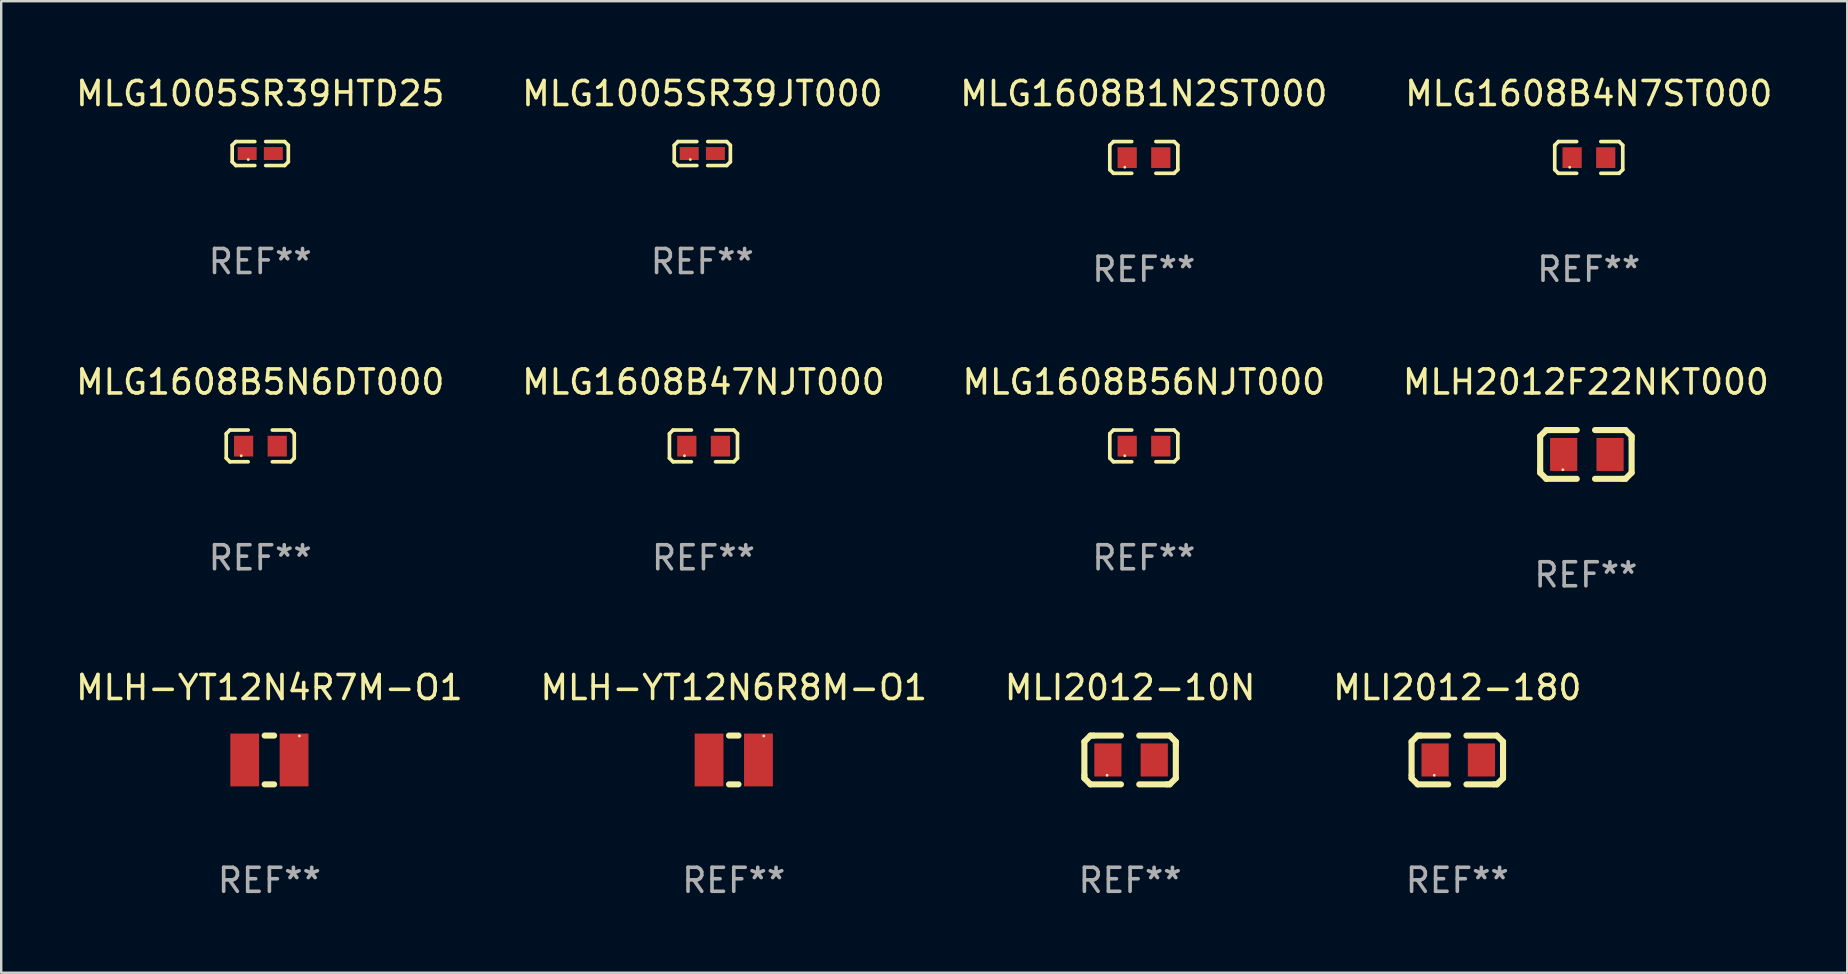
<source format=kicad_pcb>
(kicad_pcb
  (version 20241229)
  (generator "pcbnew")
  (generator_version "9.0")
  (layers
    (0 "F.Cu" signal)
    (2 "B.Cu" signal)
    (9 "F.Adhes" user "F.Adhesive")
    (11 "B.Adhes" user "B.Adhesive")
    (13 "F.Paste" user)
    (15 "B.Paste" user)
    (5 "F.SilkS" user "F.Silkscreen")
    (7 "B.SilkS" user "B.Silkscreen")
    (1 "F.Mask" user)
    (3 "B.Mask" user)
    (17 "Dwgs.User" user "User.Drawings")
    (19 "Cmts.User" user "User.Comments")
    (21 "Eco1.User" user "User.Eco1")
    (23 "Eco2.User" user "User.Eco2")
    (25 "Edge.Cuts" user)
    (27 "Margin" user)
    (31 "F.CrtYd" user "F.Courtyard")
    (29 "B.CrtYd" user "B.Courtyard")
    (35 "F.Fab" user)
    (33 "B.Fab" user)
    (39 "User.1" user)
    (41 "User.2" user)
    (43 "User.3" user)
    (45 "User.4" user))
  (footprint "MLG1608B1N2ST000"
    (layer "F.Cu")
    (at 44.601 3.509)
    (property "Reference" "MLG1608B1N2ST000" (at 0 -2.661 0) (layer "F.SilkS") (effects (font (size 1 1) (thickness 0.15))))
    (attr through_hole)
    (fp_line (start -1.417 -0.508) (end -1.265 -0.661) (stroke (width 0.152) (type solid)) (layer "F.SilkS"))
    (fp_line (start -1.417 0.508) (end -1.417 -0.508) (stroke (width 0.152) (type solid)) (layer "F.SilkS"))
    (fp_line (start -1.265 -0.661) (end -0.503 -0.661) (stroke (width 0.152) (type solid)) (layer "F.SilkS"))
    (fp_line (start -1.265 0.661) (end -1.417 0.508) (stroke (width 0.152) (type solid)) (layer "F.SilkS"))
    (fp_line (start -1.265 0.661) (end -0.503 0.661) (stroke (width 0.152) (type solid)) (layer "F.SilkS"))
    (fp_line (start 1.265 -0.661) (end 0.503 -0.661) (stroke (width 0.152) (type solid)) (layer "F.SilkS"))
    (fp_line (start 1.265 -0.661) (end 1.417 -0.508) (stroke (width 0.152) (type solid)) (layer "F.SilkS"))
    (fp_line (start 1.265 0.661) (end 0.503 0.661) (stroke (width 0.152) (type solid)) (layer "F.SilkS"))
    (fp_line (start 1.417 -0.508) (end 1.417 0.508) (stroke (width 0.152) (type solid)) (layer "F.SilkS"))
    (fp_line (start 1.417 0.508) (end 1.265 0.661) (stroke (width 0.152) (type solid)) (layer "F.SilkS"))
    (fp_circle (center -0.793 0.409) (end -0.763 0.409) (stroke (width 0.06) (type solid)) (fill no) (layer "F.SilkS"))
    (fp_text user "REF**" (at 0 4.661 0) (layer "F.Fab") (effects (font (size 1 1) (thickness 0.15))))
    (pad "1" smd rect (at -0.693 0.009 180) (size 0.8 0.864) (layers "F.Cu" "F.Mask" "F.Paste"))
    (pad "2" smd rect (at 0.707 0.009 180) (size 0.8 0.864) (layers "F.Cu" "F.Mask" "F.Paste")))
  (footprint "MLG1005SR39HTD25"
    (layer "F.Cu")
    (at 7.792 3.347)
    (property "Reference" "MLG1005SR39HTD25" (at 0 -2.499 0) (layer "F.SilkS") (effects (font (size 1 1) (thickness 0.15))))
    (attr through_hole)
    (fp_line (start -1.169 -0.346) (end -1.016 -0.499) (stroke (width 0.152) (type solid)) (layer "F.SilkS"))
    (fp_line (start -1.169 0.346) (end -1.169 -0.346) (stroke (width 0.152) (type solid)) (layer "F.SilkS"))
    (fp_line (start -1.016 -0.499) (end -0.226 -0.499) (stroke (width 0.152) (type solid)) (layer "F.SilkS"))
    (fp_line (start -1.016 0.499) (end -1.169 0.346) (stroke (width 0.152) (type solid)) (layer "F.SilkS"))
    (fp_line (start -0.226 0.499) (end -1.016 0.499) (stroke (width 0.152) (type solid)) (layer "F.SilkS"))
    (fp_line (start 0.226 0.499) (end 1.016 0.499) (stroke (width 0.152) (type solid)) (layer "F.SilkS"))
    (fp_line (start 1.016 -0.499) (end 0.226 -0.499) (stroke (width 0.152) (type solid)) (layer "F.SilkS"))
    (fp_line (start 1.016 0.499) (end 1.169 0.346) (stroke (width 0.152) (type solid)) (layer "F.SilkS"))
    (fp_line (start 1.169 -0.346) (end 1.016 -0.499) (stroke (width 0.152) (type solid)) (layer "F.SilkS"))
    (fp_line (start 1.169 0.346) (end 1.169 -0.346) (stroke (width 0.152) (type solid)) (layer "F.SilkS"))
    (fp_circle (center -0.5 0.25) (end -0.47 0.25) (stroke (width 0.06) (type solid)) (fill no) (layer "F.SilkS"))
    (fp_text user "REF**" (at 0 4.499 0) (layer "F.Fab") (effects (font (size 1 1) (thickness 0.15))))
    (pad "1" smd rect (at -0.545 0) (size 0.79 0.54) (layers "F.Cu" "F.Mask" "F.Paste"))
    (pad "2" smd rect (at 0.545 0) (size 0.79 0.54) (layers "F.Cu" "F.Mask" "F.Paste")))
  (footprint "MLI2012-180"
    (layer "F.Cu")
    (at 57.661 28.61)
    (property "Reference" "MLI2012-180" (at 0 -3.016 0) (layer "F.SilkS") (effects (font (size 1 1) (thickness 0.15))))
    (attr through_hole)
    (fp_line (start -1.905 -0.762) (end -1.905 0.635) (stroke (width 0.254) (type solid)) (layer "F.SilkS"))
    (fp_line (start -1.905 0.635) (end -1.905 0.762) (stroke (width 0.254) (type solid)) (layer "F.SilkS"))
    (fp_line (start -1.905 0.762) (end -1.651 1.016) (stroke (width 0.254) (type solid)) (layer "F.SilkS"))
    (fp_line (start -1.651 -1.016) (end -1.905 -0.762) (stroke (width 0.254) (type solid)) (layer "F.SilkS"))
    (fp_line (start -1.651 1.016) (end -0.381 1.016) (stroke (width 0.254) (type solid)) (layer "F.SilkS"))
    (fp_line (start -1.524 -1.016) (end -1.651 -1.016) (stroke (width 0.254) (type solid)) (layer "F.SilkS"))
    (fp_line (start -0.381 -1.016) (end -1.524 -1.016) (stroke (width 0.254) (type solid)) (layer "F.SilkS"))
    (fp_line (start 0.381 1.016) (end 1.524 1.016) (stroke (width 0.254) (type solid)) (layer "F.SilkS"))
    (fp_line (start 1.524 1.016) (end 1.651 1.016) (stroke (width 0.254) (type solid)) (layer "F.SilkS"))
    (fp_line (start 1.651 -1.016) (end 0.381 -1.016) (stroke (width 0.254) (type solid)) (layer "F.SilkS"))
    (fp_line (start 1.651 1.016) (end 1.905 0.762) (stroke (width 0.254) (type solid)) (layer "F.SilkS"))
    (fp_line (start 1.905 -0.762) (end 1.651 -1.016) (stroke (width 0.254) (type solid)) (layer "F.SilkS"))
    (fp_line (start 1.905 -0.635) (end 1.905 -0.762) (stroke (width 0.254) (type solid)) (layer "F.SilkS"))
    (fp_line (start 1.905 0.762) (end 1.905 -0.635) (stroke (width 0.254) (type solid)) (layer "F.SilkS"))
    (fp_circle (center -0.96 0.637) (end -0.93 0.637) (stroke (width 0.06) (type solid)) (fill no) (layer "F.SilkS"))
    (fp_text user "REF**" (at 0 5.016 0) (layer "F.Fab") (effects (font (size 1 1) (thickness 0.15))))
    (pad "1" smd rect (at -0.926 -0.000051) (size 1.133 1.377) (layers "F.Cu" "F.Mask" "F.Paste"))
    (pad "2" smd rect (at 1.006 -0.000051) (size 1.133 1.377) (layers "F.Cu" "F.Mask" "F.Paste")))
  (footprint "MLG1608B56NJT000"
    (layer "F.Cu")
    (at 44.601 15.527)
    (property "Reference" "MLG1608B56NJT000" (at 0 -2.661 0) (layer "F.SilkS") (effects (font (size 1 1) (thickness 0.15))))
    (attr through_hole)
    (fp_line (start -1.417 -0.508) (end -1.265 -0.661) (stroke (width 0.152) (type solid)) (layer "F.SilkS"))
    (fp_line (start -1.417 0.508) (end -1.417 -0.508) (stroke (width 0.152) (type solid)) (layer "F.SilkS"))
    (fp_line (start -1.265 -0.661) (end -0.503 -0.661) (stroke (width 0.152) (type solid)) (layer "F.SilkS"))
    (fp_line (start -1.265 0.661) (end -1.417 0.508) (stroke (width 0.152) (type solid)) (layer "F.SilkS"))
    (fp_line (start -1.265 0.661) (end -0.503 0.661) (stroke (width 0.152) (type solid)) (layer "F.SilkS"))
    (fp_line (start 1.265 -0.661) (end 0.503 -0.661) (stroke (width 0.152) (type solid)) (layer "F.SilkS"))
    (fp_line (start 1.265 -0.661) (end 1.417 -0.508) (stroke (width 0.152) (type solid)) (layer "F.SilkS"))
    (fp_line (start 1.265 0.661) (end 0.503 0.661) (stroke (width 0.152) (type solid)) (layer "F.SilkS"))
    (fp_line (start 1.417 -0.508) (end 1.417 0.508) (stroke (width 0.152) (type solid)) (layer "F.SilkS"))
    (fp_line (start 1.417 0.508) (end 1.265 0.661) (stroke (width 0.152) (type solid)) (layer "F.SilkS"))
    (fp_circle (center -0.793 0.409) (end -0.763 0.409) (stroke (width 0.06) (type solid)) (fill no) (layer "F.SilkS"))
    (fp_text user "REF**" (at 0 4.661 0) (layer "F.Fab") (effects (font (size 1 1) (thickness 0.15))))
    (pad "1" smd rect (at -0.693 0.009 180) (size 0.8 0.864) (layers "F.Cu" "F.Mask" "F.Paste"))
    (pad "2" smd rect (at 0.707 0.009 180) (size 0.8 0.864) (layers "F.Cu" "F.Mask" "F.Paste")))
  (footprint "MLG1608B47NJT000"
    (layer "F.Cu")
    (at 26.256 15.527)
    (property "Reference" "MLG1608B47NJT000" (at 0 -2.661 0) (layer "F.SilkS") (effects (font (size 1 1) (thickness 0.15))))
    (attr through_hole)
    (fp_line (start -1.417 -0.508) (end -1.265 -0.661) (stroke (width 0.152) (type solid)) (layer "F.SilkS"))
    (fp_line (start -1.417 0.508) (end -1.417 -0.508) (stroke (width 0.152) (type solid)) (layer "F.SilkS"))
    (fp_line (start -1.265 -0.661) (end -0.503 -0.661) (stroke (width 0.152) (type solid)) (layer "F.SilkS"))
    (fp_line (start -1.265 0.661) (end -1.417 0.508) (stroke (width 0.152) (type solid)) (layer "F.SilkS"))
    (fp_line (start -1.265 0.661) (end -0.503 0.661) (stroke (width 0.152) (type solid)) (layer "F.SilkS"))
    (fp_line (start 1.265 -0.661) (end 0.503 -0.661) (stroke (width 0.152) (type solid)) (layer "F.SilkS"))
    (fp_line (start 1.265 -0.661) (end 1.417 -0.508) (stroke (width 0.152) (type solid)) (layer "F.SilkS"))
    (fp_line (start 1.265 0.661) (end 0.503 0.661) (stroke (width 0.152) (type solid)) (layer "F.SilkS"))
    (fp_line (start 1.417 -0.508) (end 1.417 0.508) (stroke (width 0.152) (type solid)) (layer "F.SilkS"))
    (fp_line (start 1.417 0.508) (end 1.265 0.661) (stroke (width 0.152) (type solid)) (layer "F.SilkS"))
    (fp_circle (center -0.793 0.409) (end -0.763 0.409) (stroke (width 0.06) (type solid)) (fill no) (layer "F.SilkS"))
    (fp_text user "REF**" (at 0 4.661 0) (layer "F.Fab") (effects (font (size 1 1) (thickness 0.15))))
    (pad "1" smd rect (at -0.693 0.009 180) (size 0.8 0.864) (layers "F.Cu" "F.Mask" "F.Paste"))
    (pad "2" smd rect (at 0.707 0.009 180) (size 0.8 0.864) (layers "F.Cu" "F.Mask" "F.Paste")))
  (footprint "MLG1608B5N6DT000"
    (layer "F.Cu")
    (at 7.792 15.527)
    (property "Reference" "MLG1608B5N6DT000" (at 0 -2.661 0) (layer "F.SilkS") (effects (font (size 1 1) (thickness 0.15))))
    (attr through_hole)
    (fp_line (start -1.417 -0.508) (end -1.265 -0.661) (stroke (width 0.152) (type solid)) (layer "F.SilkS"))
    (fp_line (start -1.417 0.508) (end -1.417 -0.508) (stroke (width 0.152) (type solid)) (layer "F.SilkS"))
    (fp_line (start -1.265 -0.661) (end -0.503 -0.661) (stroke (width 0.152) (type solid)) (layer "F.SilkS"))
    (fp_line (start -1.265 0.661) (end -1.417 0.508) (stroke (width 0.152) (type solid)) (layer "F.SilkS"))
    (fp_line (start -1.265 0.661) (end -0.503 0.661) (stroke (width 0.152) (type solid)) (layer "F.SilkS"))
    (fp_line (start 1.265 -0.661) (end 0.503 -0.661) (stroke (width 0.152) (type solid)) (layer "F.SilkS"))
    (fp_line (start 1.265 -0.661) (end 1.417 -0.508) (stroke (width 0.152) (type solid)) (layer "F.SilkS"))
    (fp_line (start 1.265 0.661) (end 0.503 0.661) (stroke (width 0.152) (type solid)) (layer "F.SilkS"))
    (fp_line (start 1.417 -0.508) (end 1.417 0.508) (stroke (width 0.152) (type solid)) (layer "F.SilkS"))
    (fp_line (start 1.417 0.508) (end 1.265 0.661) (stroke (width 0.152) (type solid)) (layer "F.SilkS"))
    (fp_circle (center -0.793 0.409) (end -0.763 0.409) (stroke (width 0.06) (type solid)) (fill no) (layer "F.SilkS"))
    (fp_text user "REF**" (at 0 4.661 0) (layer "F.Fab") (effects (font (size 1 1) (thickness 0.15))))
    (pad "1" smd rect (at -0.693 0.009 180) (size 0.8 0.864) (layers "F.Cu" "F.Mask" "F.Paste"))
    (pad "2" smd rect (at 0.707 0.009 180) (size 0.8 0.864) (layers "F.Cu" "F.Mask" "F.Paste")))
  (footprint "MLI2012-10N"
    (layer "F.Cu")
    (at 44.03 28.61)
    (property "Reference" "MLI2012-10N" (at 0 -3.016 0) (layer "F.SilkS") (effects (font (size 1 1) (thickness 0.15))))
    (attr through_hole)
    (fp_line (start -1.905 -0.762) (end -1.905 0.635) (stroke (width 0.254) (type solid)) (layer "F.SilkS"))
    (fp_line (start -1.905 0.635) (end -1.905 0.762) (stroke (width 0.254) (type solid)) (layer "F.SilkS"))
    (fp_line (start -1.905 0.762) (end -1.651 1.016) (stroke (width 0.254) (type solid)) (layer "F.SilkS"))
    (fp_line (start -1.651 -1.016) (end -1.905 -0.762) (stroke (width 0.254) (type solid)) (layer "F.SilkS"))
    (fp_line (start -1.651 1.016) (end -0.381 1.016) (stroke (width 0.254) (type solid)) (layer "F.SilkS"))
    (fp_line (start -1.524 -1.016) (end -1.651 -1.016) (stroke (width 0.254) (type solid)) (layer "F.SilkS"))
    (fp_line (start -0.381 -1.016) (end -1.524 -1.016) (stroke (width 0.254) (type solid)) (layer "F.SilkS"))
    (fp_line (start 0.381 1.016) (end 1.524 1.016) (stroke (width 0.254) (type solid)) (layer "F.SilkS"))
    (fp_line (start 1.524 1.016) (end 1.651 1.016) (stroke (width 0.254) (type solid)) (layer "F.SilkS"))
    (fp_line (start 1.651 -1.016) (end 0.381 -1.016) (stroke (width 0.254) (type solid)) (layer "F.SilkS"))
    (fp_line (start 1.651 1.016) (end 1.905 0.762) (stroke (width 0.254) (type solid)) (layer "F.SilkS"))
    (fp_line (start 1.905 -0.762) (end 1.651 -1.016) (stroke (width 0.254) (type solid)) (layer "F.SilkS"))
    (fp_line (start 1.905 -0.635) (end 1.905 -0.762) (stroke (width 0.254) (type solid)) (layer "F.SilkS"))
    (fp_line (start 1.905 0.762) (end 1.905 -0.635) (stroke (width 0.254) (type solid)) (layer "F.SilkS"))
    (fp_circle (center -0.96 0.637) (end -0.93 0.637) (stroke (width 0.06) (type solid)) (fill no) (layer "F.SilkS"))
    (fp_text user "REF**" (at 0 5.016 0) (layer "F.Fab") (effects (font (size 1 1) (thickness 0.15))))
    (pad "1" smd rect (at -0.926 -0.000051) (size 1.133 1.377) (layers "F.Cu" "F.Mask" "F.Paste"))
    (pad "2" smd rect (at 1.006 -0.000051) (size 1.133 1.377) (layers "F.Cu" "F.Mask" "F.Paste")))
  (footprint "MLG1608B4N7ST000"
    (layer "F.Cu")
    (at 63.137 3.509)
    (property "Reference" "MLG1608B4N7ST000" (at 0 -2.661 0) (layer "F.SilkS") (effects (font (size 1 1) (thickness 0.15))))
    (attr through_hole)
    (fp_line (start -1.417 -0.508) (end -1.265 -0.661) (stroke (width 0.152) (type solid)) (layer "F.SilkS"))
    (fp_line (start -1.417 0.508) (end -1.417 -0.508) (stroke (width 0.152) (type solid)) (layer "F.SilkS"))
    (fp_line (start -1.265 -0.661) (end -0.503 -0.661) (stroke (width 0.152) (type solid)) (layer "F.SilkS"))
    (fp_line (start -1.265 0.661) (end -1.417 0.508) (stroke (width 0.152) (type solid)) (layer "F.SilkS"))
    (fp_line (start -1.265 0.661) (end -0.503 0.661) (stroke (width 0.152) (type solid)) (layer "F.SilkS"))
    (fp_line (start 1.265 -0.661) (end 0.503 -0.661) (stroke (width 0.152) (type solid)) (layer "F.SilkS"))
    (fp_line (start 1.265 -0.661) (end 1.417 -0.508) (stroke (width 0.152) (type solid)) (layer "F.SilkS"))
    (fp_line (start 1.265 0.661) (end 0.503 0.661) (stroke (width 0.152) (type solid)) (layer "F.SilkS"))
    (fp_line (start 1.417 -0.508) (end 1.417 0.508) (stroke (width 0.152) (type solid)) (layer "F.SilkS"))
    (fp_line (start 1.417 0.508) (end 1.265 0.661) (stroke (width 0.152) (type solid)) (layer "F.SilkS"))
    (fp_circle (center -0.793 0.409) (end -0.763 0.409) (stroke (width 0.06) (type solid)) (fill no) (layer "F.SilkS"))
    (fp_text user "REF**" (at 0 4.661 0) (layer "F.Fab") (effects (font (size 1 1) (thickness 0.15))))
    (pad "1" smd rect (at -0.693 0.009 180) (size 0.8 0.864) (layers "F.Cu" "F.Mask" "F.Paste"))
    (pad "2" smd rect (at 0.707 0.009 180) (size 0.8 0.864) (layers "F.Cu" "F.Mask" "F.Paste")))
  (footprint "MLH-YT12N6R8M-O1"
    (layer "F.Cu")
    (at 27.518 28.61)
    (property "Reference" "MLH-YT12N6R8M-O1" (at 0 -3.016 0) (layer "F.SilkS") (effects (font (size 1 1) (thickness 0.15))))
    (attr through_hole)
    (fp_line (start -0.197 1.016) (end 0.197 1.016) (stroke (width 0.254) (type solid)) (layer "F.SilkS"))
    (fp_line (start 0.197 -1.016) (end -0.197 -1.016) (stroke (width 0.254) (type solid)) (layer "F.SilkS"))
    (fp_circle (center 1.25 -1) (end 1.28 -1) (stroke (width 0.06) (type solid)) (fill no) (layer "F.SilkS"))
    (fp_text user "REF**" (at 0 5.016 0) (layer "F.Fab") (effects (font (size 1 1) (thickness 0.15))))
    (pad "1" smd rect (at 1.028 0) (size 1.2 2.2) (layers "F.Cu" "F.Mask" "F.Paste"))
    (pad "2" smd rect (at -1.028 0) (size 1.2 2.2) (layers "F.Cu" "F.Mask" "F.Paste")))
  (footprint "MLG1005SR39JT000"
    (layer "F.Cu")
    (at 26.208 3.347)
    (property "Reference" "MLG1005SR39JT000" (at 0 -2.499 0) (layer "F.SilkS") (effects (font (size 1 1) (thickness 0.15))))
    (attr through_hole)
    (fp_line (start -1.169 -0.346) (end -1.016 -0.499) (stroke (width 0.152) (type solid)) (layer "F.SilkS"))
    (fp_line (start -1.169 0.346) (end -1.169 -0.346) (stroke (width 0.152) (type solid)) (layer "F.SilkS"))
    (fp_line (start -1.016 -0.499) (end -0.226 -0.499) (stroke (width 0.152) (type solid)) (layer "F.SilkS"))
    (fp_line (start -1.016 0.499) (end -1.169 0.346) (stroke (width 0.152) (type solid)) (layer "F.SilkS"))
    (fp_line (start -0.226 0.499) (end -1.016 0.499) (stroke (width 0.152) (type solid)) (layer "F.SilkS"))
    (fp_line (start 0.226 0.499) (end 1.016 0.499) (stroke (width 0.152) (type solid)) (layer "F.SilkS"))
    (fp_line (start 1.016 -0.499) (end 0.226 -0.499) (stroke (width 0.152) (type solid)) (layer "F.SilkS"))
    (fp_line (start 1.016 0.499) (end 1.169 0.346) (stroke (width 0.152) (type solid)) (layer "F.SilkS"))
    (fp_line (start 1.169 -0.346) (end 1.016 -0.499) (stroke (width 0.152) (type solid)) (layer "F.SilkS"))
    (fp_line (start 1.169 0.346) (end 1.169 -0.346) (stroke (width 0.152) (type solid)) (layer "F.SilkS"))
    (fp_circle (center -0.5 0.25) (end -0.47 0.25) (stroke (width 0.06) (type solid)) (fill no) (layer "F.SilkS"))
    (fp_text user "REF**" (at 0 4.499 0) (layer "F.Fab") (effects (font (size 1 1) (thickness 0.15))))
    (pad "1" smd rect (at -0.545 0) (size 0.79 0.54) (layers "F.Cu" "F.Mask" "F.Paste"))
    (pad "2" smd rect (at 0.545 0) (size 0.79 0.54) (layers "F.Cu" "F.Mask" "F.Paste")))
  (footprint "MLH2012F22NKT000"
    (layer "F.Cu")
    (at 63.018 15.882)
    (property "Reference" "MLH2012F22NKT000" (at 0 -3.016 0) (layer "F.SilkS") (effects (font (size 1 1) (thickness 0.15))))
    (attr through_hole)
    (fp_line (start -1.905 -0.762) (end -1.905 0.635) (stroke (width 0.254) (type solid)) (layer "F.SilkS"))
    (fp_line (start -1.905 0.635) (end -1.905 0.762) (stroke (width 0.254) (type solid)) (layer "F.SilkS"))
    (fp_line (start -1.905 0.762) (end -1.651 1.016) (stroke (width 0.254) (type solid)) (layer "F.SilkS"))
    (fp_line (start -1.651 -1.016) (end -1.905 -0.762) (stroke (width 0.254) (type solid)) (layer "F.SilkS"))
    (fp_line (start -1.651 1.016) (end -0.381 1.016) (stroke (width 0.254) (type solid)) (layer "F.SilkS"))
    (fp_line (start -1.524 -1.016) (end -1.651 -1.016) (stroke (width 0.254) (type solid)) (layer "F.SilkS"))
    (fp_line (start -0.381 -1.016) (end -1.524 -1.016) (stroke (width 0.254) (type solid)) (layer "F.SilkS"))
    (fp_line (start 0.381 1.016) (end 1.524 1.016) (stroke (width 0.254) (type solid)) (layer "F.SilkS"))
    (fp_line (start 1.524 1.016) (end 1.651 1.016) (stroke (width 0.254) (type solid)) (layer "F.SilkS"))
    (fp_line (start 1.651 -1.016) (end 0.381 -1.016) (stroke (width 0.254) (type solid)) (layer "F.SilkS"))
    (fp_line (start 1.651 1.016) (end 1.905 0.762) (stroke (width 0.254) (type solid)) (layer "F.SilkS"))
    (fp_line (start 1.905 -0.762) (end 1.651 -1.016) (stroke (width 0.254) (type solid)) (layer "F.SilkS"))
    (fp_line (start 1.905 -0.635) (end 1.905 -0.762) (stroke (width 0.254) (type solid)) (layer "F.SilkS"))
    (fp_line (start 1.905 0.762) (end 1.905 -0.635) (stroke (width 0.254) (type solid)) (layer "F.SilkS"))
    (fp_circle (center -0.96 0.637) (end -0.93 0.637) (stroke (width 0.06) (type solid)) (fill no) (layer "F.SilkS"))
    (fp_text user "REF**" (at 0 5.016 0) (layer "F.Fab") (effects (font (size 1 1) (thickness 0.15))))
    (pad "1" smd rect (at -0.926 -0.000051) (size 1.133 1.377) (layers "F.Cu" "F.Mask" "F.Paste"))
    (pad "2" smd rect (at 1.006 -0.000051) (size 1.133 1.377) (layers "F.Cu" "F.Mask" "F.Paste")))
  (footprint "MLH-YT12N4R7M-O1"
    (layer "F.Cu")
    (at 8.173 28.61)
    (property "Reference" "MLH-YT12N4R7M-O1" (at 0 -3.016 0) (layer "F.SilkS") (effects (font (size 1 1) (thickness 0.15))))
    (attr through_hole)
    (fp_line (start -0.197 1.016) (end 0.197 1.016) (stroke (width 0.254) (type solid)) (layer "F.SilkS"))
    (fp_line (start 0.197 -1.016) (end -0.197 -1.016) (stroke (width 0.254) (type solid)) (layer "F.SilkS"))
    (fp_circle (center 1.25 -1) (end 1.28 -1) (stroke (width 0.06) (type solid)) (fill no) (layer "F.SilkS"))
    (fp_text user "REF**" (at 0 5.016 0) (layer "F.Fab") (effects (font (size 1 1) (thickness 0.15))))
    (pad "1" smd rect (at 1.028 0) (size 1.2 2.2) (layers "F.Cu" "F.Mask" "F.Paste"))
    (pad "2" smd rect (at -1.028 0) (size 1.2 2.2) (layers "F.Cu" "F.Mask" "F.Paste")))
  (gr_rect
    (start -3 -3)
    (end 73.905 37.475)
    (stroke (width 0.1) (type default))
    (fill no)
    (layer "Edge.Cuts")))
</source>
